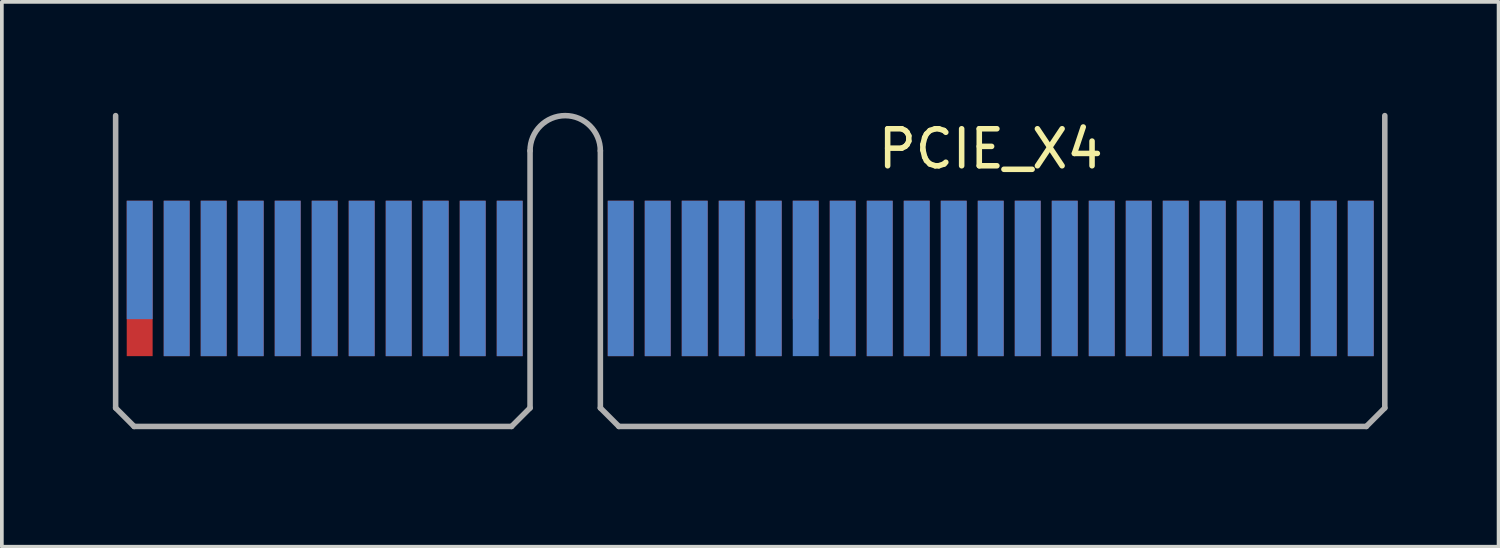
<source format=kicad_pcb>
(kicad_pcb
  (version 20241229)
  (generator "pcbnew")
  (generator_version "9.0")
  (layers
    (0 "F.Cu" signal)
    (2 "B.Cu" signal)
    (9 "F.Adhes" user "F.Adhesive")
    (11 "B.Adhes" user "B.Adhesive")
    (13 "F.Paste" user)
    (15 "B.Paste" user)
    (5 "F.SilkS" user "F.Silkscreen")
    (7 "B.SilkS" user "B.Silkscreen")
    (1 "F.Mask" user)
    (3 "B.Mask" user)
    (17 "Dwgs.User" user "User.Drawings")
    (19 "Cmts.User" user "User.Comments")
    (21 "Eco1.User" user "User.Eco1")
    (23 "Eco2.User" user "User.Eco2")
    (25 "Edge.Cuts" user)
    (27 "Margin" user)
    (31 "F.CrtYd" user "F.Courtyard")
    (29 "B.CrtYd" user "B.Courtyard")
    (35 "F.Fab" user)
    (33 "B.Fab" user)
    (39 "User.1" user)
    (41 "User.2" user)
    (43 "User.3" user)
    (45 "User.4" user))
  (footprint "PCIE_X4"
    (layer "F.Cu")
    (at 12.225 8.475)
    (property "Reference" "PCIE_X4" (at 11.5 -7.5 0) (layer "F.SilkS") (effects (font (size 1 1) (thickness 0.15))))
    (attr through_hole)
    (fp_line (start -12.15 -0.5) (end -12.15 -8.4) (stroke (width 0.15) (type solid)) (layer "F.Fab"))
    (fp_line (start -12.15 -0.5) (end -11.65 0) (stroke (width 0.15) (type solid)) (layer "F.Fab"))
    (fp_line (start -11.65 0) (end -1.45 0) (stroke (width 0.15) (type solid)) (layer "F.Fab"))
    (fp_line (start -0.95 -0.5) (end -1.45 0) (stroke (width 0.15) (type solid)) (layer "F.Fab"))
    (fp_line (start -0.95 -0.5) (end -0.95 -7.45) (stroke (width 0.15) (type solid)) (layer "F.Fab"))
    (fp_line (start 0.95 -7.45) (end 0.95 -0.5) (stroke (width 0.15) (type solid)) (layer "F.Fab"))
    (fp_line (start 0.95 -0.5) (end 1.45 0) (stroke (width 0.15) (type solid)) (layer "F.Fab"))
    (fp_line (start 21.65 0) (end 1.45 0) (stroke (width 0.15) (type solid)) (layer "F.Fab"))
    (fp_line (start 22.15 -0.5) (end 21.65 0) (stroke (width 0.15) (type solid)) (layer "F.Fab"))
    (fp_line (start 22.15 -0.5) (end 22.15 -8.4) (stroke (width 0.15) (type solid)) (layer "F.Fab"))
    (fp_arc (start -0.95 -7.45) (mid 0 -8.4) (end 0.95 -7.45) (stroke (width 0.15) (type solid)) (layer "F.Fab"))
    (pad "A1" smd rect (at -11.5 -4.5) (size 0.7 3.2) (layers "B.Cu" "B.Mask" "B.Paste"))
    (pad "A2" smd rect (at -10.5 -4) (size 0.7 4.2) (layers "B.Cu" "B.Mask" "B.Paste"))
    (pad "A3" smd rect (at -9.5 -4) (size 0.7 4.2) (layers "B.Cu" "B.Mask" "B.Paste"))
    (pad "A4" smd rect (at -8.5 -4) (size 0.7 4.2) (layers "B.Cu" "B.Mask" "B.Paste"))
    (pad "A5" smd rect (at -7.5 -4) (size 0.7 4.2) (layers "B.Cu" "B.Mask" "B.Paste"))
    (pad "A6" smd rect (at -6.5 -4) (size 0.7 4.2) (layers "B.Cu" "B.Mask" "B.Paste"))
    (pad "A7" smd rect (at -5.5 -4) (size 0.7 4.2) (layers "B.Cu" "B.Mask" "B.Paste"))
    (pad "A8" smd rect (at -4.5 -4) (size 0.7 4.2) (layers "B.Cu" "B.Mask" "B.Paste"))
    (pad "A9" smd rect (at -3.5 -4) (size 0.7 4.2) (layers "B.Cu" "B.Mask" "B.Paste"))
    (pad "A10" smd rect (at -2.5 -4) (size 0.7 4.2) (layers "B.Cu" "B.Mask" "B.Paste"))
    (pad "A11" smd rect (at -1.5 -4) (size 0.7 4.2) (layers "B.Cu" "B.Mask" "B.Paste"))
    (pad "A12" smd rect (at 1.5 -4) (size 0.7 4.2) (layers "B.Cu" "B.Mask" "B.Paste"))
    (pad "A13" smd rect (at 2.5 -4) (size 0.7 4.2) (layers "B.Cu" "B.Mask" "B.Paste"))
    (pad "A14" smd rect (at 3.5 -4) (size 0.7 4.2) (layers "B.Cu" "B.Mask" "B.Paste"))
    (pad "A15" smd rect (at 4.5 -4) (size 0.7 4.2) (layers "B.Cu" "B.Mask" "B.Paste"))
    (pad "A16" smd rect (at 5.5 -4) (size 0.7 4.2) (layers "B.Cu" "B.Mask" "B.Paste"))
    (pad "A17" smd rect (at 6.5 -4) (size 0.7 4.2) (layers "B.Cu" "B.Mask" "B.Paste"))
    (pad "A18" smd rect (at 7.5 -4) (size 0.7 4.2) (layers "B.Cu" "B.Mask" "B.Paste"))
    (pad "A19" smd rect (at 8.5 -4) (size 0.7 4.2) (layers "B.Cu" "B.Mask" "B.Paste"))
    (pad "A20" smd rect (at 9.5 -4) (size 0.7 4.2) (layers "B.Cu" "B.Mask" "B.Paste"))
    (pad "A21" smd rect (at 10.5 -4) (size 0.7 4.2) (layers "B.Cu" "B.Mask" "B.Paste"))
    (pad "A22" smd rect (at 11.5 -4) (size 0.7 4.2) (layers "B.Cu" "B.Mask" "B.Paste"))
    (pad "A23" smd rect (at 12.5 -4) (size 0.7 4.2) (layers "B.Cu" "B.Mask" "B.Paste"))
    (pad "A24" smd rect (at 13.5 -4) (size 0.7 4.2) (layers "B.Cu" "B.Mask" "B.Paste"))
    (pad "A25" smd rect (at 14.5 -4) (size 0.7 4.2) (layers "B.Cu" "B.Mask" "B.Paste"))
    (pad "A26" smd rect (at 15.5 -4) (size 0.7 4.2) (layers "B.Cu" "B.Mask" "B.Paste"))
    (pad "A27" smd rect (at 16.5 -4) (size 0.7 4.2) (layers "B.Cu" "B.Mask" "B.Paste"))
    (pad "A28" smd rect (at 17.5 -4) (size 0.7 4.2) (layers "B.Cu" "B.Mask" "B.Paste"))
    (pad "A29" smd rect (at 18.5 -4) (size 0.7 4.2) (layers "B.Cu" "B.Mask" "B.Paste"))
    (pad "A30" smd rect (at 19.5 -4) (size 0.7 4.2) (layers "B.Cu" "B.Mask" "B.Paste"))
    (pad "A31" smd rect (at 20.5 -4) (size 0.7 4.2) (layers "B.Cu" "B.Mask" "B.Paste"))
    (pad "A32" smd rect (at 21.5 -4) (size 0.7 4.2) (layers "B.Cu" "B.Mask" "B.Paste"))
    (pad "B1" smd rect (at -11.5 -4) (size 0.7 4.2) (layers "F.Cu" "F.Mask" "F.Paste"))
    (pad "B2" smd rect (at -10.5 -4) (size 0.7 4.2) (layers "F.Cu" "F.Mask" "F.Paste"))
    (pad "B3" smd rect (at -9.5 -4) (size 0.7 4.2) (layers "F.Cu" "F.Mask" "F.Paste"))
    (pad "B4" smd rect (at -8.5 -4) (size 0.7 4.2) (layers "F.Cu" "F.Mask" "F.Paste"))
    (pad "B5" smd rect (at -7.5 -4) (size 0.7 4.2) (layers "F.Cu" "F.Mask" "F.Paste"))
    (pad "B6" smd rect (at -6.5 -4) (size 0.7 4.2) (layers "F.Cu" "F.Mask" "F.Paste"))
    (pad "B7" smd rect (at -5.5 -4) (size 0.7 4.2) (layers "F.Cu" "F.Mask" "F.Paste"))
    (pad "B8" smd rect (at -4.5 -4) (size 0.7 4.2) (layers "F.Cu" "F.Mask" "F.Paste"))
    (pad "B9" smd rect (at -3.5 -4) (size 0.7 4.2) (layers "F.Cu" "F.Mask" "F.Paste"))
    (pad "B10" smd rect (at -2.5 -4) (size 0.7 4.2) (layers "F.Cu" "F.Mask" "F.Paste"))
    (pad "B11" smd rect (at -1.5 -4) (size 0.7 4.2) (layers "F.Cu" "F.Mask" "F.Paste"))
    (pad "B12" smd rect (at 1.5 -4) (size 0.7 4.2) (layers "F.Cu" "F.Mask" "F.Paste"))
    (pad "B13" smd rect (at 2.5 -4) (size 0.7 4.2) (layers "F.Cu" "F.Mask" "F.Paste"))
    (pad "B14" smd rect (at 3.5 -4) (size 0.7 4.2) (layers "F.Cu" "F.Mask" "F.Paste"))
    (pad "B15" smd rect (at 4.5 -4) (size 0.7 4.2) (layers "F.Cu" "F.Mask" "F.Paste"))
    (pad "B16" smd rect (at 5.5 -4) (size 0.7 4.2) (layers "F.Cu" "F.Mask" "F.Paste"))
    (pad "B17" smd rect (at 6.5 -4.5) (size 0.7 3.2) (layers "F.Cu" "F.Mask" "F.Paste"))
    (pad "B18" smd rect (at 7.5 -4) (size 0.7 4.2) (layers "F.Cu" "F.Mask" "F.Paste"))
    (pad "B19" smd rect (at 8.5 -4) (size 0.7 4.2) (layers "F.Cu" "F.Mask" "F.Paste"))
    (pad "B20" smd rect (at 9.5 -4) (size 0.7 4.2) (layers "F.Cu" "F.Mask" "F.Paste"))
    (pad "B21" smd rect (at 10.5 -4) (size 0.7 4.2) (layers "F.Cu" "F.Mask" "F.Paste"))
    (pad "B22" smd rect (at 11.5 -4) (size 0.7 4.2) (layers "F.Cu" "F.Mask" "F.Paste"))
    (pad "B23" smd rect (at 12.5 -4) (size 0.7 4.2) (layers "F.Cu" "F.Mask" "F.Paste"))
    (pad "B24" smd rect (at 13.5 -4) (size 0.7 4.2) (layers "F.Cu" "F.Mask" "F.Paste"))
    (pad "B25" smd rect (at 14.5 -4) (size 0.7 4.2) (layers "F.Cu" "F.Mask" "F.Paste"))
    (pad "B26" smd rect (at 15.5 -4) (size 0.7 4.2) (layers "F.Cu" "F.Mask" "F.Paste"))
    (pad "B27" smd rect (at 16.5 -4) (size 0.7 4.2) (layers "F.Cu" "F.Mask" "F.Paste"))
    (pad "B28" smd rect (at 17.5 -4) (size 0.7 4.2) (layers "F.Cu" "F.Mask" "F.Paste"))
    (pad "B29" smd rect (at 18.5 -4) (size 0.7 4.2) (layers "F.Cu" "F.Mask" "F.Paste"))
    (pad "B30" smd rect (at 19.5 -4) (size 0.7 4.2) (layers "F.Cu" "F.Mask" "F.Paste"))
    (pad "B31" smd rect (at 20.5 -4) (size 0.7 4.2) (layers "F.Cu" "F.Mask" "F.Paste"))
    (pad "B32" smd rect (at 21.5 -4) (size 0.7 4.2) (layers "F.Cu" "F.Mask" "F.Paste")))
  (gr_rect
    (start -3 -3)
    (end 37.45 11.725)
    (stroke (width 0.1) (type default))
    (fill no)
    (layer "Edge.Cuts")))
</source>
